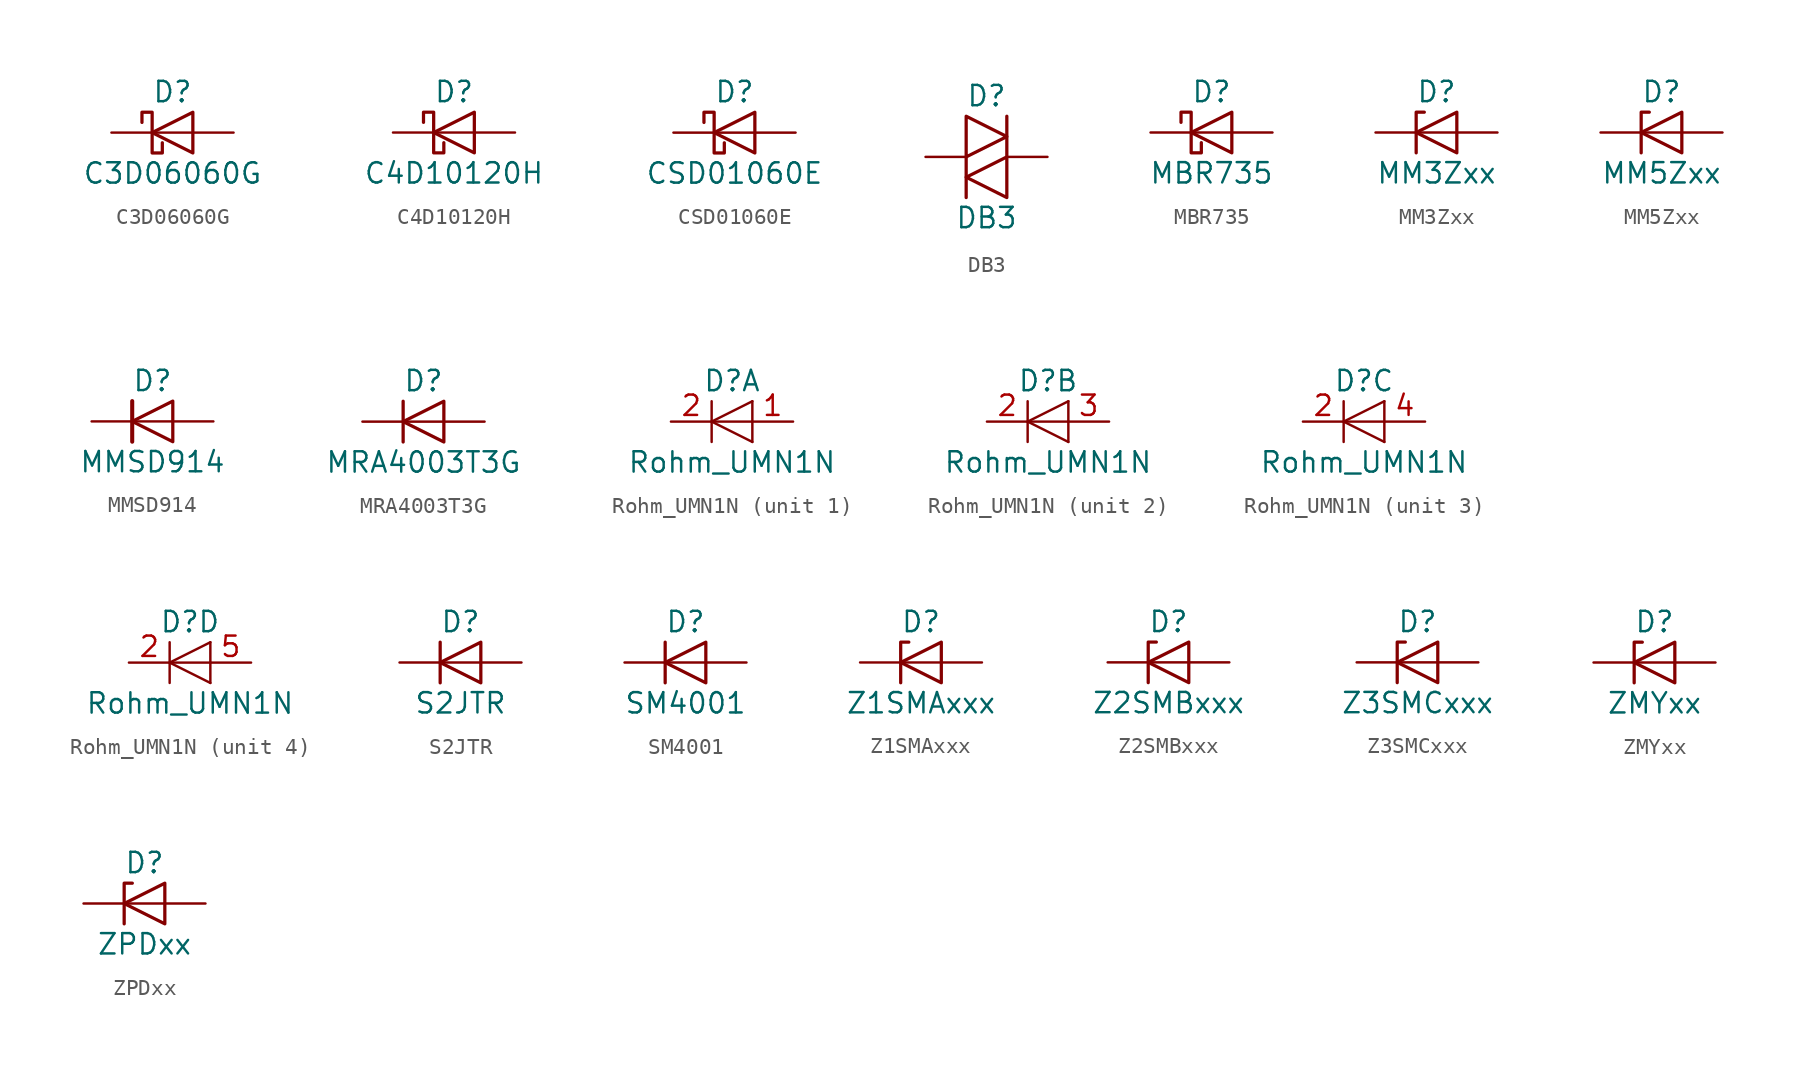
<source format=kicad_sym>
(kicad_symbol_lib
  (version 20201005)
  (generator kicad_symbol_editor)
  (symbol "C3D06060G"
    (pin_numbers hide)
    (pin_names
      (offset 1.016) hide)
    (property "Reference" "D"
      (at 0 2.54 0)
      (effects (font (size 1.27 1.27))))
    (property "Value" "C3D06060G"
      (at 0 -2.54 0)
      (effects (font (size 1.27 1.27))))
    (symbol "C3D06060G_0_1"
      (polyline (pts (xy 1.27 0) (xy -1.27 0)) (stroke (width 0)) (fill (type none)))
      (polyline (pts (xy 1.27 1.27) (xy 1.27 -1.27) (xy -1.27 0) (xy 1.27 1.27)) (stroke (width 0.203)) (fill (type none)))
      (polyline (pts (xy -1.905 0.635) (xy -1.905 1.27) (xy -1.27 1.27) (xy -1.27 -1.27) (xy -0.635 -1.27) (xy -0.635 -0.635)) (stroke (width 0.203)) (fill (type none))))
    (symbol "C3D06060G_1_1"
      (pin passive line (at -3.81 0 0) (length 2.54) (name "K" (effects (font (size 1.27 1.27)))) (number "1" (effects (font (size 1.27 1.27)))))
      (pin passive line (at 3.81 0 180) (length 2.54) (name "A" (effects (font (size 1.27 1.27)))) (number "2" (effects (font (size 1.27 1.27)))))))
  (symbol "C4D10120H"
    (pin_numbers hide)
    (pin_names
      (offset 1.016) hide)
    (property "Reference" "D"
      (at 0 2.54 0)
      (effects (font (size 1.27 1.27))))
    (property "Value" "C4D10120H"
      (at 0 -2.54 0)
      (effects (font (size 1.27 1.27))))
    (symbol "C4D10120H_0_1"
      (polyline (pts (xy 1.27 0) (xy -1.27 0)) (stroke (width 0)) (fill (type none)))
      (polyline (pts (xy 1.27 1.27) (xy 1.27 -1.27) (xy -1.27 0) (xy 1.27 1.27)) (stroke (width 0.203)) (fill (type none)))
      (polyline (pts (xy -1.905 0.635) (xy -1.905 1.27) (xy -1.27 1.27) (xy -1.27 -1.27) (xy -0.635 -1.27) (xy -0.635 -0.635)) (stroke (width 0.203)) (fill (type none))))
    (symbol "C4D10120H_1_1"
      (pin passive line (at -3.81 0 0) (length 2.54) (name "K" (effects (font (size 1.27 1.27)))) (number "1" (effects (font (size 1.27 1.27)))))
      (pin passive line (at 3.81 0 180) (length 2.54) (name "A" (effects (font (size 1.27 1.27)))) (number "2" (effects (font (size 1.27 1.27)))))))
  (symbol "CSD01060E"
    (pin_numbers hide)
    (pin_names
      (offset 1.016) hide)
    (property "Reference" "D"
      (at 0 2.54 0)
      (effects (font (size 1.27 1.27))))
    (property "Value" "CSD01060E"
      (at 0 -2.54 0)
      (effects (font (size 1.27 1.27))))
    (symbol "CSD01060E_0_1"
      (polyline (pts (xy 1.27 0) (xy -1.27 0)) (stroke (width 0)) (fill (type none)))
      (polyline (pts (xy 1.27 1.27) (xy 1.27 -1.27) (xy -1.27 0) (xy 1.27 1.27)) (stroke (width 0.203)) (fill (type none)))
      (polyline (pts (xy -1.905 0.635) (xy -1.905 1.27) (xy -1.27 1.27) (xy -1.27 -1.27) (xy -0.635 -1.27) (xy -0.635 -0.635)) (stroke (width 0.203)) (fill (type none))))
    (symbol "CSD01060E_1_1"
      (pin passive line (at -3.81 0 0) (length 2.54) (name "K" (effects (font (size 1.27 1.27)))) (number "1" (effects (font (size 1.27 1.27)))))
      (pin passive line (at 3.81 0 180) (length 2.54) (name "A" (effects (font (size 1.27 1.27)))) (number "2" (effects (font (size 1.27 1.27)))))))
  (symbol "DB3"
    (pin_numbers hide)
    (pin_names
      (offset 1.016) hide)
    (property "Reference" "D"
      (at 0 3.81 0)
      (effects (font (size 1.27 1.27))))
    (property "Value" "DB3"
      (at 0 -3.81 0)
      (effects (font (size 1.27 1.27))))
    (symbol "DB3_0_1"
      (polyline (pts (xy -1.27 0) (xy -1.27 -2.54)) (stroke (width 0.203)) (fill (type none)))
      (polyline (pts (xy 1.27 2.54) (xy 1.27 0)) (stroke (width 0.203)) (fill (type none)))
      (polyline (pts (xy -1.27 2.54) (xy -1.27 0) (xy 1.27 1.27) (xy -1.27 2.54)) (stroke (width 0.203)) (fill (type none)))
      (polyline (pts (xy 1.27 0) (xy 1.27 -2.54) (xy -1.27 -1.27) (xy 1.27 0)) (stroke (width 0.203)) (fill (type none))))
    (symbol "DB3_1_1"
      (pin passive line (at -3.81 0 0) (length 2.54) (name "K" (effects (font (size 1.27 1.27)))) (number "1" (effects (font (size 1.27 1.27)))))
      (pin passive line (at 3.81 0 180) (length 2.54) (name "A" (effects (font (size 1.27 1.27)))) (number "2" (effects (font (size 1.27 1.27)))))))
  (symbol "MBR735"
    (pin_numbers hide)
    (pin_names
      (offset 1.016) hide)
    (property "Reference" "D"
      (at 0 2.54 0)
      (effects (font (size 1.27 1.27))))
    (property "Value" "MBR735"
      (at 0 -2.54 0)
      (effects (font (size 1.27 1.27))))
    (symbol "MBR735_0_1"
      (polyline (pts (xy 1.27 0) (xy -1.27 0)) (stroke (width 0)) (fill (type none)))
      (polyline (pts (xy 1.27 1.27) (xy 1.27 -1.27) (xy -1.27 0) (xy 1.27 1.27)) (stroke (width 0.203)) (fill (type none)))
      (polyline (pts (xy -1.905 0.635) (xy -1.905 1.27) (xy -1.27 1.27) (xy -1.27 -1.27) (xy -0.635 -1.27) (xy -0.635 -0.635)) (stroke (width 0.203)) (fill (type none))))
    (symbol "MBR735_1_1"
      (pin passive line (at -3.81 0 0) (length 2.54) (name "K" (effects (font (size 1.27 1.27)))) (number "1" (effects (font (size 1.27 1.27)))))
      (pin passive line (at 3.81 0 180) (length 2.54) (name "A" (effects (font (size 1.27 1.27)))) (number "2" (effects (font (size 1.27 1.27)))))))
  (symbol "MM3Zxx"
    (pin_numbers hide)
    (pin_names
      (offset 1.016) hide)
    (property "Reference" "D"
      (at 0 2.54 0)
      (effects (font (size 1.27 1.27))))
    (property "Value" "MM3Zxx"
      (at 0 -2.54 0)
      (effects (font (size 1.27 1.27))))
    (symbol "MM3Zxx_0_1"
      (polyline (pts (xy 1.27 0) (xy -1.27 0)) (stroke (width 0)) (fill (type none)))
      (polyline (pts (xy -1.27 -1.27) (xy -1.27 1.27) (xy -0.762 1.27)) (stroke (width 0.203)) (fill (type none)))
      (polyline (pts (xy 1.27 -1.27) (xy 1.27 1.27) (xy -1.27 0) (xy 1.27 -1.27)) (stroke (width 0.203)) (fill (type none))))
    (symbol "MM3Zxx_1_1"
      (pin passive line (at -3.81 0 0) (length 2.54) (name "K" (effects (font (size 1.27 1.27)))) (number "1" (effects (font (size 1.27 1.27)))))
      (pin passive line (at 3.81 0 180) (length 2.54) (name "A" (effects (font (size 1.27 1.27)))) (number "2" (effects (font (size 1.27 1.27)))))))
  (symbol "MM5Zxx"
    (pin_numbers hide)
    (pin_names
      (offset 1.016) hide)
    (property "Reference" "D"
      (at 0 2.54 0)
      (effects (font (size 1.27 1.27))))
    (property "Value" "MM5Zxx"
      (at 0 -2.54 0)
      (effects (font (size 1.27 1.27))))
    (symbol "MM5Zxx_0_1"
      (polyline (pts (xy 1.27 0) (xy -1.27 0)) (stroke (width 0)) (fill (type none)))
      (polyline (pts (xy -1.27 -1.27) (xy -1.27 1.27) (xy -0.762 1.27)) (stroke (width 0.203)) (fill (type none)))
      (polyline (pts (xy 1.27 -1.27) (xy 1.27 1.27) (xy -1.27 0) (xy 1.27 -1.27)) (stroke (width 0.203)) (fill (type none))))
    (symbol "MM5Zxx_1_1"
      (pin passive line (at -3.81 0 0) (length 2.54) (name "K" (effects (font (size 1.27 1.27)))) (number "1" (effects (font (size 1.27 1.27)))))
      (pin passive line (at 3.81 0 180) (length 2.54) (name "A" (effects (font (size 1.27 1.27)))) (number "2" (effects (font (size 1.27 1.27)))))))
  (symbol "MMSD914"
    (pin_numbers hide)
    (pin_names
      (offset 1.016) hide)
    (property "Reference" "D"
      (at 0 2.54 0)
      (effects (font (size 1.27 1.27))))
    (property "Value" "MMSD914"
      (at 0 -2.54 0)
      (effects (font (size 1.27 1.27))))
    (symbol "MMSD914_0_1"
      (polyline (pts (xy -1.27 1.27) (xy -1.27 -1.27)) (stroke (width 0.254)) (fill (type none)))
      (polyline (pts (xy 1.27 0) (xy -1.27 0)) (stroke (width 0)) (fill (type none)))
      (polyline (pts (xy 1.27 1.27) (xy 1.27 -1.27) (xy -1.27 0) (xy 1.27 1.27)) (stroke (width 0.203)) (fill (type none))))
    (symbol "MMSD914_1_1"
      (pin passive line (at -3.81 0 0) (length 2.54) (name "K" (effects (font (size 1.27 1.27)))) (number "1" (effects (font (size 1.27 1.27)))))
      (pin passive line (at 3.81 0 180) (length 2.54) (name "A" (effects (font (size 1.27 1.27)))) (number "2" (effects (font (size 1.27 1.27)))))))
  (symbol "MRA4003T3G"
    (pin_numbers hide)
    (pin_names
      (offset 1.016) hide)
    (property "Reference" "D"
      (at 0 2.54 0)
      (effects (font (size 1.27 1.27))))
    (property "Value" "MRA4003T3G"
      (at 0 -2.54 0)
      (effects (font (size 1.27 1.27))))
    (symbol "MRA4003T3G_0_1"
      (polyline (pts (xy -1.27 1.27) (xy -1.27 -1.27)) (stroke (width 0.203)) (fill (type none)))
      (polyline (pts (xy 1.27 0) (xy -1.27 0)) (stroke (width 0)) (fill (type none)))
      (polyline (pts (xy 1.27 1.27) (xy 1.27 -1.27) (xy -1.27 0) (xy 1.27 1.27)) (stroke (width 0.203)) (fill (type none))))
    (symbol "MRA4003T3G_1_1"
      (pin passive line (at -3.81 0 0) (length 2.54) (name "K" (effects (font (size 1.27 1.27)))) (number "1" (effects (font (size 1.27 1.27)))))
      (pin passive line (at 3.81 0 180) (length 2.54) (name "A" (effects (font (size 1.27 1.27)))) (number "2" (effects (font (size 1.27 1.27)))))))
  (symbol "Rohm_UMN1N"
    (pin_names
      (offset 1.016) hide)
    (property "Reference" "D"
      (at 0 2.54 0)
      (effects (font (size 1.27 1.27))))
    (property "Value" "Rohm_UMN1N"
      (at 0 -2.54 0)
      (effects (font (size 1.27 1.27))))
    (symbol "Rohm_UMN1N_0_1"
      (polyline (pts (xy -1.27 1.27) (xy -1.27 -1.27)) (stroke (width 0.152)) (fill (type none)))
      (polyline (pts (xy 1.27 -1.27) (xy 1.27 1.27)) (stroke (width 0)) (fill (type none)))
      (polyline (pts (xy 1.27 0) (xy -1.27 0)) (stroke (width 0)) (fill (type none)))
      (polyline (pts (xy 1.27 1.27) (xy -1.27 0) (xy 1.27 -1.27)) (stroke (width 0)) (fill (type none))))
    (symbol "Rohm_UMN1N_1_1"
      (pin passive line (at 3.81 0 180) (length 2.54) (name "A" (effects (font (size 1.27 1.27)))) (number "1" (effects (font (size 1.27 1.27)))))
      (pin passive line (at -3.81 0 0) (length 2.54) (name "K" (effects (font (size 1.27 1.27)))) (number "2" (effects (font (size 1.27 1.27))))))
    (symbol "Rohm_UMN1N_2_1"
      (pin passive line (at -3.81 0 0) (length 2.54) (name "K" (effects (font (size 1.27 1.27)))) (number "2" (effects (font (size 1.27 1.27)))))
      (pin passive line (at 3.81 0 180) (length 2.54) (name "A" (effects (font (size 1.27 1.27)))) (number "3" (effects (font (size 1.27 1.27))))))
    (symbol "Rohm_UMN1N_3_1"
      (pin passive line (at -3.81 0 0) (length 2.54) (name "K" (effects (font (size 1.27 1.27)))) (number "2" (effects (font (size 1.27 1.27)))))
      (pin passive line (at 3.81 0 180) (length 2.54) (name "A" (effects (font (size 1.27 1.27)))) (number "4" (effects (font (size 1.27 1.27))))))
    (symbol "Rohm_UMN1N_4_1"
      (pin passive line (at -3.81 0 0) (length 2.54) (name "K" (effects (font (size 1.27 1.27)))) (number "2" (effects (font (size 1.27 1.27)))))
      (pin passive line (at 3.81 0 180) (length 2.54) (name "A" (effects (font (size 1.27 1.27)))) (number "5" (effects (font (size 1.27 1.27)))))))
  (symbol "S2JTR"
    (pin_numbers hide)
    (pin_names
      (offset 1.016) hide)
    (property "Reference" "D"
      (at 0 2.54 0)
      (effects (font (size 1.27 1.27))))
    (property "Value" "S2JTR"
      (at 0 -2.54 0)
      (effects (font (size 1.27 1.27))))
    (symbol "S2JTR_0_1"
      (polyline (pts (xy -1.27 1.27) (xy -1.27 -1.27)) (stroke (width 0.203)) (fill (type none)))
      (polyline (pts (xy 1.27 0) (xy -1.27 0)) (stroke (width 0)) (fill (type none)))
      (polyline (pts (xy 1.27 1.27) (xy 1.27 -1.27) (xy -1.27 0) (xy 1.27 1.27)) (stroke (width 0.203)) (fill (type none))))
    (symbol "S2JTR_1_1"
      (pin passive line (at -3.81 0 0) (length 2.54) (name "K" (effects (font (size 1.27 1.27)))) (number "1" (effects (font (size 1.27 1.27)))))
      (pin passive line (at 3.81 0 180) (length 2.54) (name "A" (effects (font (size 1.27 1.27)))) (number "2" (effects (font (size 1.27 1.27)))))))
  (symbol "SM4001"
    (pin_numbers hide)
    (pin_names
      (offset 1.016) hide)
    (property "Reference" "D"
      (at 0 2.54 0)
      (effects (font (size 1.27 1.27))))
    (property "Value" "SM4001"
      (at 0 -2.54 0)
      (effects (font (size 1.27 1.27))))
    (symbol "SM4001_0_1"
      (polyline (pts (xy -1.27 1.27) (xy -1.27 -1.27)) (stroke (width 0.203)) (fill (type none)))
      (polyline (pts (xy 1.27 0) (xy -1.27 0)) (stroke (width 0)) (fill (type none)))
      (polyline (pts (xy 1.27 1.27) (xy 1.27 -1.27) (xy -1.27 0) (xy 1.27 1.27)) (stroke (width 0.203)) (fill (type none))))
    (symbol "SM4001_1_1"
      (pin passive line (at -3.81 0 0) (length 2.54) (name "K" (effects (font (size 1.27 1.27)))) (number "1" (effects (font (size 1.27 1.27)))))
      (pin passive line (at 3.81 0 180) (length 2.54) (name "A" (effects (font (size 1.27 1.27)))) (number "2" (effects (font (size 1.27 1.27)))))))
  (symbol "Z1SMAxxx"
    (pin_numbers hide)
    (pin_names
      (offset 1.016) hide)
    (property "Reference" "D"
      (at 0 2.54 0)
      (effects (font (size 1.27 1.27))))
    (property "Value" "Z1SMAxxx"
      (at 0 -2.54 0)
      (effects (font (size 1.27 1.27))))
    (symbol "Z1SMAxxx_0_1"
      (polyline (pts (xy 1.27 0) (xy -1.27 0)) (stroke (width 0)) (fill (type none)))
      (polyline (pts (xy -1.27 -1.27) (xy -1.27 1.27) (xy -0.762 1.27)) (stroke (width 0.203)) (fill (type none)))
      (polyline (pts (xy 1.27 -1.27) (xy 1.27 1.27) (xy -1.27 0) (xy 1.27 -1.27)) (stroke (width 0.203)) (fill (type none))))
    (symbol "Z1SMAxxx_1_1"
      (pin passive line (at -3.81 0 0) (length 2.54) (name "K" (effects (font (size 1.27 1.27)))) (number "1" (effects (font (size 1.27 1.27)))))
      (pin passive line (at 3.81 0 180) (length 2.54) (name "A" (effects (font (size 1.27 1.27)))) (number "2" (effects (font (size 1.27 1.27)))))))
  (symbol "Z2SMBxxx"
    (pin_numbers hide)
    (pin_names
      (offset 1.016) hide)
    (property "Reference" "D"
      (at 0 2.54 0)
      (effects (font (size 1.27 1.27))))
    (property "Value" "Z2SMBxxx"
      (at 0 -2.54 0)
      (effects (font (size 1.27 1.27))))
    (symbol "Z2SMBxxx_0_1"
      (polyline (pts (xy 1.27 0) (xy -1.27 0)) (stroke (width 0)) (fill (type none)))
      (polyline (pts (xy -1.27 -1.27) (xy -1.27 1.27) (xy -0.762 1.27)) (stroke (width 0.203)) (fill (type none)))
      (polyline (pts (xy 1.27 -1.27) (xy 1.27 1.27) (xy -1.27 0) (xy 1.27 -1.27)) (stroke (width 0.203)) (fill (type none))))
    (symbol "Z2SMBxxx_1_1"
      (pin passive line (at -3.81 0 0) (length 2.54) (name "K" (effects (font (size 1.27 1.27)))) (number "1" (effects (font (size 1.27 1.27)))))
      (pin passive line (at 3.81 0 180) (length 2.54) (name "A" (effects (font (size 1.27 1.27)))) (number "2" (effects (font (size 1.27 1.27)))))))
  (symbol "Z3SMCxxx"
    (pin_numbers hide)
    (pin_names
      (offset 1.016) hide)
    (property "Reference" "D"
      (at 0 2.54 0)
      (effects (font (size 1.27 1.27))))
    (property "Value" "Z3SMCxxx"
      (at 0 -2.54 0)
      (effects (font (size 1.27 1.27))))
    (symbol "Z3SMCxxx_0_1"
      (polyline (pts (xy 1.27 0) (xy -1.27 0)) (stroke (width 0)) (fill (type none)))
      (polyline (pts (xy -1.27 -1.27) (xy -1.27 1.27) (xy -0.762 1.27)) (stroke (width 0.203)) (fill (type none)))
      (polyline (pts (xy 1.27 -1.27) (xy 1.27 1.27) (xy -1.27 0) (xy 1.27 -1.27)) (stroke (width 0.203)) (fill (type none))))
    (symbol "Z3SMCxxx_1_1"
      (pin passive line (at -3.81 0 0) (length 2.54) (name "K" (effects (font (size 1.27 1.27)))) (number "1" (effects (font (size 1.27 1.27)))))
      (pin passive line (at 3.81 0 180) (length 2.54) (name "A" (effects (font (size 1.27 1.27)))) (number "2" (effects (font (size 1.27 1.27)))))))
  (symbol "ZMYxx"
    (pin_numbers hide)
    (pin_names
      (offset 1.016) hide)
    (property "Reference" "D"
      (at 0 2.54 0)
      (effects (font (size 1.27 1.27))))
    (property "Value" "ZMYxx"
      (at 0 -2.54 0)
      (effects (font (size 1.27 1.27))))
    (symbol "ZMYxx_0_1"
      (polyline (pts (xy 1.27 0) (xy -1.27 0)) (stroke (width 0)) (fill (type none)))
      (polyline (pts (xy -1.27 -1.27) (xy -1.27 1.27) (xy -0.762 1.27)) (stroke (width 0.203)) (fill (type none)))
      (polyline (pts (xy 1.27 -1.27) (xy 1.27 1.27) (xy -1.27 0) (xy 1.27 -1.27)) (stroke (width 0.203)) (fill (type none))))
    (symbol "ZMYxx_1_1"
      (pin passive line (at -3.81 0 0) (length 2.54) (name "K" (effects (font (size 1.27 1.27)))) (number "1" (effects (font (size 1.27 1.27)))))
      (pin passive line (at 3.81 0 180) (length 2.54) (name "A" (effects (font (size 1.27 1.27)))) (number "2" (effects (font (size 1.27 1.27)))))))
  (symbol "ZPDxx"
    (pin_numbers hide)
    (pin_names
      (offset 1.016) hide)
    (property "Reference" "D"
      (at 0 2.54 0)
      (effects (font (size 1.27 1.27))))
    (property "Value" "ZPDxx"
      (at 0 -2.54 0)
      (effects (font (size 1.27 1.27))))
    (symbol "ZPDxx_0_1"
      (polyline (pts (xy 1.27 0) (xy -1.27 0)) (stroke (width 0)) (fill (type none)))
      (polyline (pts (xy -1.27 -1.27) (xy -1.27 1.27) (xy -0.762 1.27)) (stroke (width 0.203)) (fill (type none)))
      (polyline (pts (xy 1.27 -1.27) (xy 1.27 1.27) (xy -1.27 0) (xy 1.27 -1.27)) (stroke (width 0.203)) (fill (type none))))
    (symbol "ZPDxx_1_1"
      (pin passive line (at -3.81 0 0) (length 2.54) (name "K" (effects (font (size 1.27 1.27)))) (number "1" (effects (font (size 1.27 1.27)))))
      (pin passive line (at 3.81 0 180) (length 2.54) (name "A" (effects (font (size 1.27 1.27)))) (number "2" (effects (font (size 1.27 1.27))))))))
</source>
